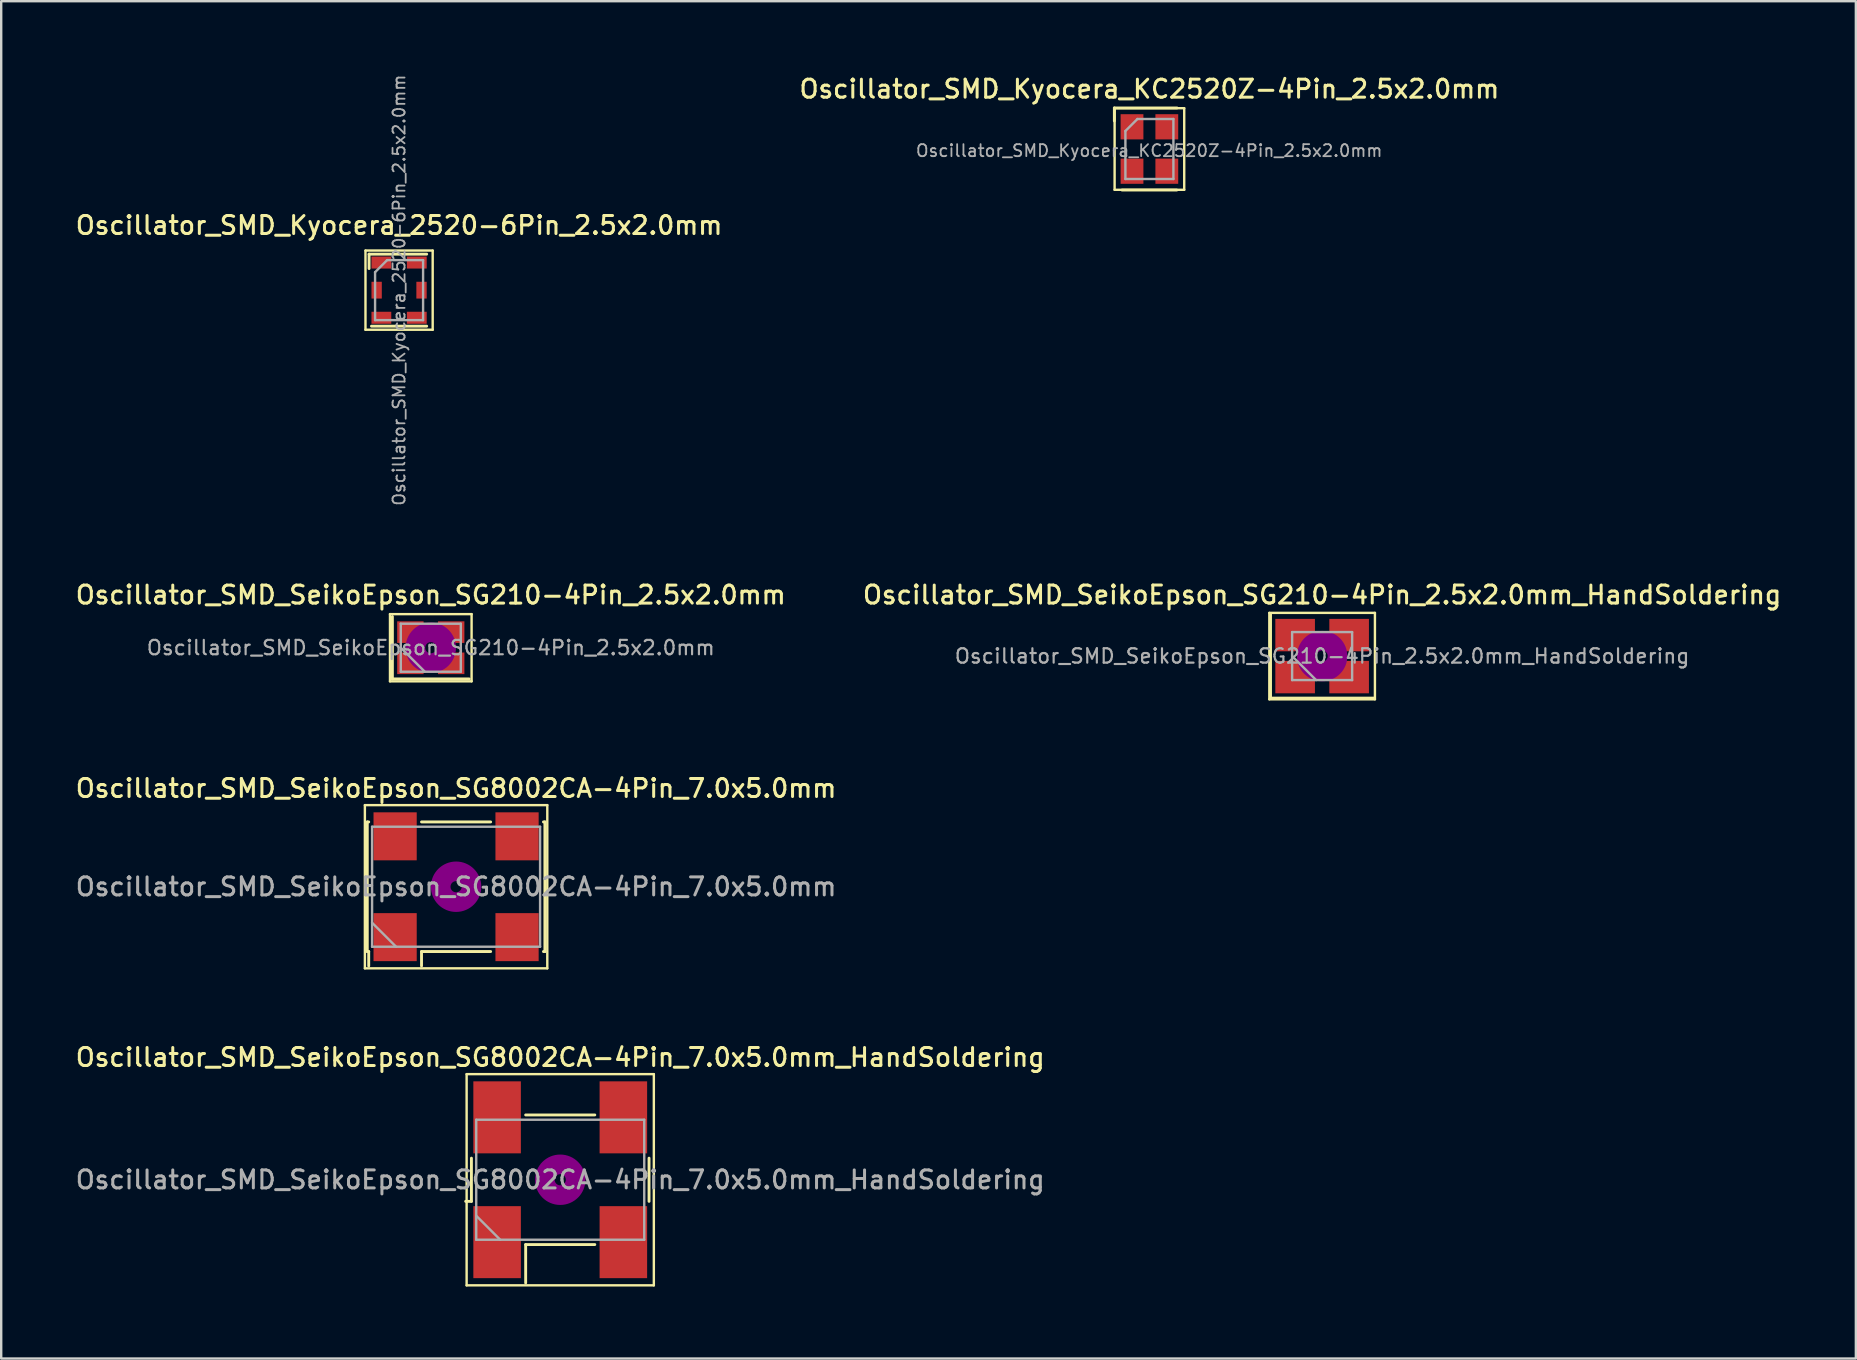
<source format=kicad_pcb>
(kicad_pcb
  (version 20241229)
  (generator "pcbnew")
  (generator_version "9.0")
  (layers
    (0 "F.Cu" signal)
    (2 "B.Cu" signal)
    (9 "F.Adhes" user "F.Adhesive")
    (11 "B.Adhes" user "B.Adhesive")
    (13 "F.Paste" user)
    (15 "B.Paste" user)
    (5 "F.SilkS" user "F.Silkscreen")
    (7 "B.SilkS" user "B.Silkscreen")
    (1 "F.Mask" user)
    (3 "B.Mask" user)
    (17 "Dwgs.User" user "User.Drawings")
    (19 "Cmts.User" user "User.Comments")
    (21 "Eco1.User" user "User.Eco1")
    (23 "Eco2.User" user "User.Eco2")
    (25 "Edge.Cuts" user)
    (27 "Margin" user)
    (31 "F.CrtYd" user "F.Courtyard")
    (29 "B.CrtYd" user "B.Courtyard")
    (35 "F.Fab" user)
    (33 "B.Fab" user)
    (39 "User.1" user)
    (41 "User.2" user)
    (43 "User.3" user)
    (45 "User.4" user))
  (footprint "Oscillator_SMD_SeikoEpson_SG8002CA-4Pin_7.0x5.0mm_HandSoldering"
    (layer "F.Cu")
    (at 20.291 46.102)
    (property "Reference" "Oscillator_SMD_SeikoEpson_SG8002CA-4Pin_7.0x5.0mm_HandSoldering" (at 0 -5.1 0) (layer "F.SilkS") (effects (font (size 0.75 0.75) (thickness 0.125))))
    (attr smd)
    (fp_line (start -3.94 0.9) (end -3.7 0.9) (stroke (width 0.12) (type solid)) (layer "F.SilkS"))
    (fp_line (start -3.9 -4.4) (end -3.9 4.4) (stroke (width 0.1) (type solid)) (layer "F.SilkS"))
    (fp_line (start -3.9 4.4) (end 3.9 4.4) (stroke (width 0.1) (type solid)) (layer "F.SilkS"))
    (fp_line (start -3.7 0.9) (end -3.7 -0.9) (stroke (width 0.12) (type solid)) (layer "F.SilkS"))
    (fp_line (start -1.44 -2.7) (end 1.44 -2.7) (stroke (width 0.12) (type solid)) (layer "F.SilkS"))
    (fp_line (start -1.44 2.7) (end -1.44 4.3) (stroke (width 0.12) (type solid)) (layer "F.SilkS"))
    (fp_line (start 1.44 2.7) (end -1.44 2.7) (stroke (width 0.12) (type solid)) (layer "F.SilkS"))
    (fp_line (start 3.7 -0.9) (end 3.7 0.9) (stroke (width 0.12) (type solid)) (layer "F.SilkS"))
    (fp_line (start 3.9 -4.4) (end -3.9 -4.4) (stroke (width 0.1) (type solid)) (layer "F.SilkS"))
    (fp_line (start 3.9 4.4) (end 3.9 -4.4) (stroke (width 0.1) (type solid)) (layer "F.SilkS"))
    (fp_circle (center 0 0) (end 0.233 0) (stroke (width 0.467) (type solid)) (fill no) (layer "F.Adhes"))
    (fp_circle (center 0 0) (end 0.533 0) (stroke (width 0.333) (type solid)) (fill no) (layer "F.Adhes"))
    (fp_circle (center 0 0) (end 0.833 0) (stroke (width 0.333) (type solid)) (fill no) (layer "F.Adhes"))
    (fp_circle (center 0 0) (end 1 0) (stroke (width 0.1) (type solid)) (fill no) (layer "F.Adhes"))
    (fp_line (start -3.5 -2.5) (end -3.5 2.5) (stroke (width 0.1) (type solid)) (layer "F.Fab"))
    (fp_line (start -3.5 1.5) (end -2.5 2.5) (stroke (width 0.1) (type solid)) (layer "F.Fab"))
    (fp_line (start -3.5 2.5) (end 3.5 2.5) (stroke (width 0.1) (type solid)) (layer "F.Fab"))
    (fp_line (start 3.5 -2.5) (end -3.5 -2.5) (stroke (width 0.1) (type solid)) (layer "F.Fab"))
    (fp_line (start 3.5 2.5) (end 3.5 -2.5) (stroke (width 0.1) (type solid)) (layer "F.Fab"))
    (fp_text user "${REFERENCE}" (at 0 0 0) (layer "F.Fab") (effects (font (size 0.75 0.75) (thickness 0.125))))
    (pad "1" smd rect (at -2.63 2.6) (size 1.98 3) (layers "F.Cu" "F.Mask" "F.Paste"))
    (pad "2" smd rect (at 2.63 2.6) (size 1.98 3) (layers "F.Cu" "F.Mask" "F.Paste"))
    (pad "3" smd rect (at 2.63 -2.6) (size 1.98 3) (layers "F.Cu" "F.Mask" "F.Paste"))
    (pad "4" smd rect (at -2.63 -2.6) (size 1.98 3) (layers "F.Cu" "F.Mask" "F.Paste")))
  (footprint "Oscillator_SMD_Kyocera_KC2520Z-4Pin_2.5x2.0mm"
    (layer "F.Cu")
    (at 44.838 3.158)
    (property "Reference" "Oscillator_SMD_Kyocera_KC2520Z-4Pin_2.5x2.0mm" (at 0 -2.5 0) (layer "F.SilkS") (effects (font (size 0.75 0.75) (thickness 0.125))))
    (attr smd)
    (fp_line (start -1.46 -1.71) (end 1.15 -1.71) (stroke (width 0.12) (type solid)) (layer "F.SilkS"))
    (fp_line (start -1.46 -1.17) (end -1.46 -1.71) (stroke (width 0.12) (type solid)) (layer "F.SilkS"))
    (fp_line (start -1.45 -1.7) (end 1.45 -1.7) (stroke (width 0.1) (type solid)) (layer "F.SilkS"))
    (fp_line (start -1.45 1.7) (end -1.45 -1.7) (stroke (width 0.1) (type solid)) (layer "F.SilkS"))
    (fp_line (start 1.14 1.71) (end -1.14 1.71) (stroke (width 0.12) (type solid)) (layer "F.SilkS"))
    (fp_line (start 1.45 -1.7) (end 1.45 1.7) (stroke (width 0.1) (type solid)) (layer "F.SilkS"))
    (fp_line (start 1.45 1.7) (end -1.45 1.7) (stroke (width 0.1) (type solid)) (layer "F.SilkS"))
    (fp_line (start -1 1.25) (end -1 -0.75) (stroke (width 0.1) (type solid)) (layer "F.Fab"))
    (fp_line (start -0.5 -1.25) (end -1 -0.75) (stroke (width 0.1) (type solid)) (layer "F.Fab"))
    (fp_line (start -0.5 -1.25) (end 1 -1.25) (stroke (width 0.1) (type solid)) (layer "F.Fab"))
    (fp_line (start 1 -1.25) (end 1 1.25) (stroke (width 0.1) (type solid)) (layer "F.Fab"))
    (fp_line (start 1 1.25) (end -1 1.25) (stroke (width 0.1) (type solid)) (layer "F.Fab"))
    (fp_text user "${REFERENCE}" (at -0.01 0.07 0) (layer "F.Fab") (effects (font (size 0.5 0.5) (thickness 0.075))))
    (pad "1" smd rect (at -0.725 -0.925) (size 0.95 1.05) (layers "F.Cu" "F.Mask" "F.Paste"))
    (pad "2" smd rect (at -0.725 0.925) (size 0.95 1.05) (layers "F.Cu" "F.Mask" "F.Paste"))
    (pad "3" smd rect (at 0.725 0.925) (size 0.95 1.05) (layers "F.Cu" "F.Mask" "F.Paste"))
    (pad "4" smd rect (at 0.725 -0.925) (size 0.95 1.05) (layers "F.Cu" "F.Mask" "F.Paste")))
  (footprint "Oscillator_SMD_Kyocera_2520-6Pin_2.5x2.0mm"
    (layer "F.Cu")
    (at 13.577 9.039)
    (property "Reference" "Oscillator_SMD_Kyocera_2520-6Pin_2.5x2.0mm" (at 0 -2.7 0) (layer "F.SilkS") (effects (font (size 0.75 0.75) (thickness 0.125))))
    (attr smd)
    (fp_line (start -1.4 -1.65) (end 1.4 -1.65) (stroke (width 0.1) (type solid)) (layer "F.SilkS"))
    (fp_line (start -1.4 1.65) (end -1.4 -1.65) (stroke (width 0.1) (type solid)) (layer "F.SilkS"))
    (fp_line (start -1.25 -1.5) (end -1.25 -0.9) (stroke (width 0.12) (type solid)) (layer "F.SilkS"))
    (fp_line (start -1.15 1.5) (end 1.15 1.5) (stroke (width 0.12) (type solid)) (layer "F.SilkS"))
    (fp_line (start 1.15 -1.5) (end -1.25 -1.5) (stroke (width 0.12) (type solid)) (layer "F.SilkS"))
    (fp_line (start 1.4 -1.65) (end 1.4 1.65) (stroke (width 0.1) (type solid)) (layer "F.SilkS"))
    (fp_line (start 1.4 1.65) (end -1.4 1.65) (stroke (width 0.1) (type solid)) (layer "F.SilkS"))
    (fp_line (start -1 -0.75) (end -0.5 -1.25) (stroke (width 0.1) (type solid)) (layer "F.Fab"))
    (fp_line (start -1 1.25) (end -1 -0.75) (stroke (width 0.1) (type solid)) (layer "F.Fab"))
    (fp_line (start -0.5 -1.25) (end 1 -1.25) (stroke (width 0.1) (type solid)) (layer "F.Fab"))
    (fp_line (start 1 -1.25) (end 1 1.25) (stroke (width 0.1) (type solid)) (layer "F.Fab"))
    (fp_line (start 1 1.25) (end -1 1.25) (stroke (width 0.1) (type solid)) (layer "F.Fab"))
    (fp_text user "${REFERENCE}" (at 0 0 90) (layer "F.Fab") (effects (font (size 0.5 0.5) (thickness 0.075))))
    (pad "1" smd rect (at -0.738 -1.15) (size 0.825 0.5) (layers "F.Cu" "F.Mask" "F.Paste"))
    (pad "2" smd rect (at -0.935 0) (size 0.43 0.7) (layers "F.Cu" "F.Mask" "F.Paste"))
    (pad "3" smd rect (at -0.738 1.15) (size 0.825 0.5) (layers "F.Cu" "F.Mask" "F.Paste"))
    (pad "4" smd rect (at 0.738 1.15) (size 0.825 0.5) (layers "F.Cu" "F.Mask" "F.Paste"))
    (pad "5" smd rect (at 0.935 0) (size 0.43 0.7) (layers "F.Cu" "F.Mask" "F.Paste"))
    (pad "6" smd rect (at 0.738 -1.15) (size 0.825 0.5) (layers "F.Cu" "F.Mask" "F.Paste")))
  (footprint "Oscillator_SMD_SeikoEpson_SG8002CA-4Pin_7.0x5.0mm"
    (layer "F.Cu")
    (at 15.952 33.894)
    (property "Reference" "Oscillator_SMD_SeikoEpson_SG8002CA-4Pin_7.0x5.0mm" (at 0 -4.1 0) (layer "F.SilkS") (effects (font (size 0.75 0.75) (thickness 0.125))))
    (attr smd)
    (fp_line (start -3.8 -3.4) (end -3.8 3.4) (stroke (width 0.1) (type solid)) (layer "F.SilkS"))
    (fp_line (start -3.8 3.4) (end 3.8 3.4) (stroke (width 0.1) (type solid)) (layer "F.SilkS"))
    (fp_line (start -3.7 -2.7) (end -3.64 -2.7) (stroke (width 0.12) (type solid)) (layer "F.SilkS"))
    (fp_line (start -3.7 2.7) (end -3.7 -2.7) (stroke (width 0.12) (type solid)) (layer "F.SilkS"))
    (fp_line (start -3.64 2.7) (end -3.7 2.7) (stroke (width 0.12) (type solid)) (layer "F.SilkS"))
    (fp_line (start -3.64 3.3) (end -3.64 2.7) (stroke (width 0.12) (type solid)) (layer "F.SilkS"))
    (fp_line (start -1.44 -2.7) (end 1.44 -2.7) (stroke (width 0.12) (type solid)) (layer "F.SilkS"))
    (fp_line (start -1.44 2.7) (end -1.44 3.3) (stroke (width 0.12) (type solid)) (layer "F.SilkS"))
    (fp_line (start 1.44 2.7) (end -1.44 2.7) (stroke (width 0.12) (type solid)) (layer "F.SilkS"))
    (fp_line (start 3.64 -2.7) (end 3.7 -2.7) (stroke (width 0.12) (type solid)) (layer "F.SilkS"))
    (fp_line (start 3.7 -2.7) (end 3.7 2.7) (stroke (width 0.12) (type solid)) (layer "F.SilkS"))
    (fp_line (start 3.7 2.7) (end 3.64 2.7) (stroke (width 0.12) (type solid)) (layer "F.SilkS"))
    (fp_line (start 3.8 -3.4) (end -3.8 -3.4) (stroke (width 0.1) (type solid)) (layer "F.SilkS"))
    (fp_line (start 3.8 3.4) (end 3.8 -3.4) (stroke (width 0.1) (type solid)) (layer "F.SilkS"))
    (fp_circle (center 0 0) (end 0.233 0) (stroke (width 0.467) (type solid)) (fill no) (layer "F.Adhes"))
    (fp_circle (center 0 0) (end 0.533 0) (stroke (width 0.333) (type solid)) (fill no) (layer "F.Adhes"))
    (fp_circle (center 0 0) (end 0.833 0) (stroke (width 0.333) (type solid)) (fill no) (layer "F.Adhes"))
    (fp_circle (center 0 0) (end 1 0) (stroke (width 0.1) (type solid)) (fill no) (layer "F.Adhes"))
    (fp_line (start -3.5 -2.5) (end -3.5 2.5) (stroke (width 0.1) (type solid)) (layer "F.Fab"))
    (fp_line (start -3.5 1.5) (end -2.5 2.5) (stroke (width 0.1) (type solid)) (layer "F.Fab"))
    (fp_line (start -3.5 2.5) (end 3.5 2.5) (stroke (width 0.1) (type solid)) (layer "F.Fab"))
    (fp_line (start 3.5 -2.5) (end -3.5 -2.5) (stroke (width 0.1) (type solid)) (layer "F.Fab"))
    (fp_line (start 3.5 2.5) (end 3.5 -2.5) (stroke (width 0.1) (type solid)) (layer "F.Fab"))
    (fp_text user "${REFERENCE}" (at 0 0 0) (layer "F.Fab") (effects (font (size 0.75 0.75) (thickness 0.125))))
    (pad "1" smd rect (at -2.54 2.1) (size 1.8 2) (layers "F.Cu" "F.Mask" "F.Paste"))
    (pad "2" smd rect (at 2.54 2.1) (size 1.8 2) (layers "F.Cu" "F.Mask" "F.Paste"))
    (pad "3" smd rect (at 2.54 -2.1) (size 1.8 2) (layers "F.Cu" "F.Mask" "F.Paste"))
    (pad "4" smd rect (at -2.54 -2.1) (size 1.8 2) (layers "F.Cu" "F.Mask" "F.Paste")))
  (footprint "Oscillator_SMD_SeikoEpson_SG210-4Pin_2.5x2.0mm"
    (layer "F.Cu")
    (at 14.898 23.936)
    (property "Reference" "Oscillator_SMD_SeikoEpson_SG210-4Pin_2.5x2.0mm" (at 0 -2.2 0) (layer "F.SilkS") (effects (font (size 0.75 0.75) (thickness 0.125))))
    (attr smd)
    (fp_line (start -1.7 -1.4) (end -1.7 1.4) (stroke (width 0.1) (type solid)) (layer "F.SilkS"))
    (fp_line (start -1.7 1.4) (end 1.7 1.4) (stroke (width 0.1) (type solid)) (layer "F.SilkS"))
    (fp_line (start -1.6 -1.3) (end -1.6 1.3) (stroke (width 0.12) (type solid)) (layer "F.SilkS"))
    (fp_line (start -1.6 1.3) (end 1.6 1.3) (stroke (width 0.12) (type solid)) (layer "F.SilkS"))
    (fp_line (start 1.7 -1.4) (end -1.7 -1.4) (stroke (width 0.1) (type solid)) (layer "F.SilkS"))
    (fp_line (start 1.7 1.4) (end 1.7 -1.4) (stroke (width 0.1) (type solid)) (layer "F.SilkS"))
    (fp_circle (center 0 0) (end 0.233 0) (stroke (width 0.467) (type solid)) (fill no) (layer "F.Adhes"))
    (fp_circle (center 0 0) (end 0.533 0) (stroke (width 0.333) (type solid)) (fill no) (layer "F.Adhes"))
    (fp_circle (center 0 0) (end 0.833 0) (stroke (width 0.333) (type solid)) (fill no) (layer "F.Adhes"))
    (fp_circle (center 0 0) (end 1 0) (stroke (width 0.1) (type solid)) (fill no) (layer "F.Adhes"))
    (fp_line (start -1.25 -1) (end -1.25 1) (stroke (width 0.1) (type solid)) (layer "F.Fab"))
    (fp_line (start -1.25 0) (end -0.25 1) (stroke (width 0.1) (type solid)) (layer "F.Fab"))
    (fp_line (start -1.25 1) (end 1.25 1) (stroke (width 0.1) (type solid)) (layer "F.Fab"))
    (fp_line (start 1.25 -1) (end -1.25 -1) (stroke (width 0.1) (type solid)) (layer "F.Fab"))
    (fp_line (start 1.25 1) (end 1.25 -1) (stroke (width 0.1) (type solid)) (layer "F.Fab"))
    (fp_text user "${REFERENCE}" (at 0 0 0) (layer "F.Fab") (effects (font (size 0.6 0.6) (thickness 0.09))))
    (pad "1" smd rect (at -0.85 0.65) (size 1.1 0.9) (layers "F.Cu" "F.Mask" "F.Paste"))
    (pad "2" smd rect (at 0.85 0.65) (size 1.1 0.9) (layers "F.Cu" "F.Mask" "F.Paste"))
    (pad "3" smd rect (at 0.85 -0.65) (size 1.1 0.9) (layers "F.Cu" "F.Mask" "F.Paste"))
    (pad "4" smd rect (at -0.85 -0.65) (size 1.1 0.9) (layers "F.Cu" "F.Mask" "F.Paste")))
  (footprint "Oscillator_SMD_SeikoEpson_SG210-4Pin_2.5x2.0mm_HandSoldering"
    (layer "F.Cu")
    (at 52.034 24.285)
    (property "Reference" "Oscillator_SMD_SeikoEpson_SG210-4Pin_2.5x2.0mm_HandSoldering" (at 0 -2.55 0) (layer "F.SilkS") (effects (font (size 0.75 0.75) (thickness 0.125))))
    (attr smd)
    (fp_line (start -2.2 -1.8) (end -2.2 1.8) (stroke (width 0.1) (type solid)) (layer "F.SilkS"))
    (fp_line (start -2.2 1.8) (end 2.2 1.8) (stroke (width 0.1) (type solid)) (layer "F.SilkS"))
    (fp_line (start -2.15 -1.75) (end -2.15 1.75) (stroke (width 0.12) (type solid)) (layer "F.SilkS"))
    (fp_line (start -2.15 1.75) (end 2.15 1.75) (stroke (width 0.12) (type solid)) (layer "F.SilkS"))
    (fp_line (start 2.2 -1.8) (end -2.2 -1.8) (stroke (width 0.1) (type solid)) (layer "F.SilkS"))
    (fp_line (start 2.2 1.8) (end 2.2 -1.8) (stroke (width 0.1) (type solid)) (layer "F.SilkS"))
    (fp_circle (center 0 0) (end 0.233 0) (stroke (width 0.467) (type solid)) (fill no) (layer "F.Adhes"))
    (fp_circle (center 0 0) (end 0.533 0) (stroke (width 0.333) (type solid)) (fill no) (layer "F.Adhes"))
    (fp_circle (center 0 0) (end 0.833 0) (stroke (width 0.333) (type solid)) (fill no) (layer "F.Adhes"))
    (fp_circle (center 0 0) (end 1 0) (stroke (width 0.1) (type solid)) (fill no) (layer "F.Adhes"))
    (fp_line (start -1.25 -1) (end -1.25 1) (stroke (width 0.1) (type solid)) (layer "F.Fab"))
    (fp_line (start -1.25 0) (end -0.25 1) (stroke (width 0.1) (type solid)) (layer "F.Fab"))
    (fp_line (start -1.25 1) (end 1.25 1) (stroke (width 0.1) (type solid)) (layer "F.Fab"))
    (fp_line (start 1.25 -1) (end -1.25 -1) (stroke (width 0.1) (type solid)) (layer "F.Fab"))
    (fp_line (start 1.25 1) (end 1.25 -1) (stroke (width 0.1) (type solid)) (layer "F.Fab"))
    (fp_text user "${REFERENCE}" (at 0 0 0) (layer "F.Fab") (effects (font (size 0.6 0.6) (thickness 0.09))))
    (pad "1" smd rect (at -1.125 0.875) (size 1.65 1.35) (layers "F.Cu" "F.Mask" "F.Paste"))
    (pad "2" smd rect (at 1.125 0.875) (size 1.65 1.35) (layers "F.Cu" "F.Mask" "F.Paste"))
    (pad "3" smd rect (at 1.125 -0.875) (size 1.65 1.35) (layers "F.Cu" "F.Mask" "F.Paste"))
    (pad "4" smd rect (at -1.125 -0.875) (size 1.65 1.35) (layers "F.Cu" "F.Mask" "F.Paste")))
  (gr_rect
    (start -3 -3)
    (end 74.271 53.552)
    (stroke (width 0.1) (type default))
    (fill no)
    (layer "Edge.Cuts")))
</source>
